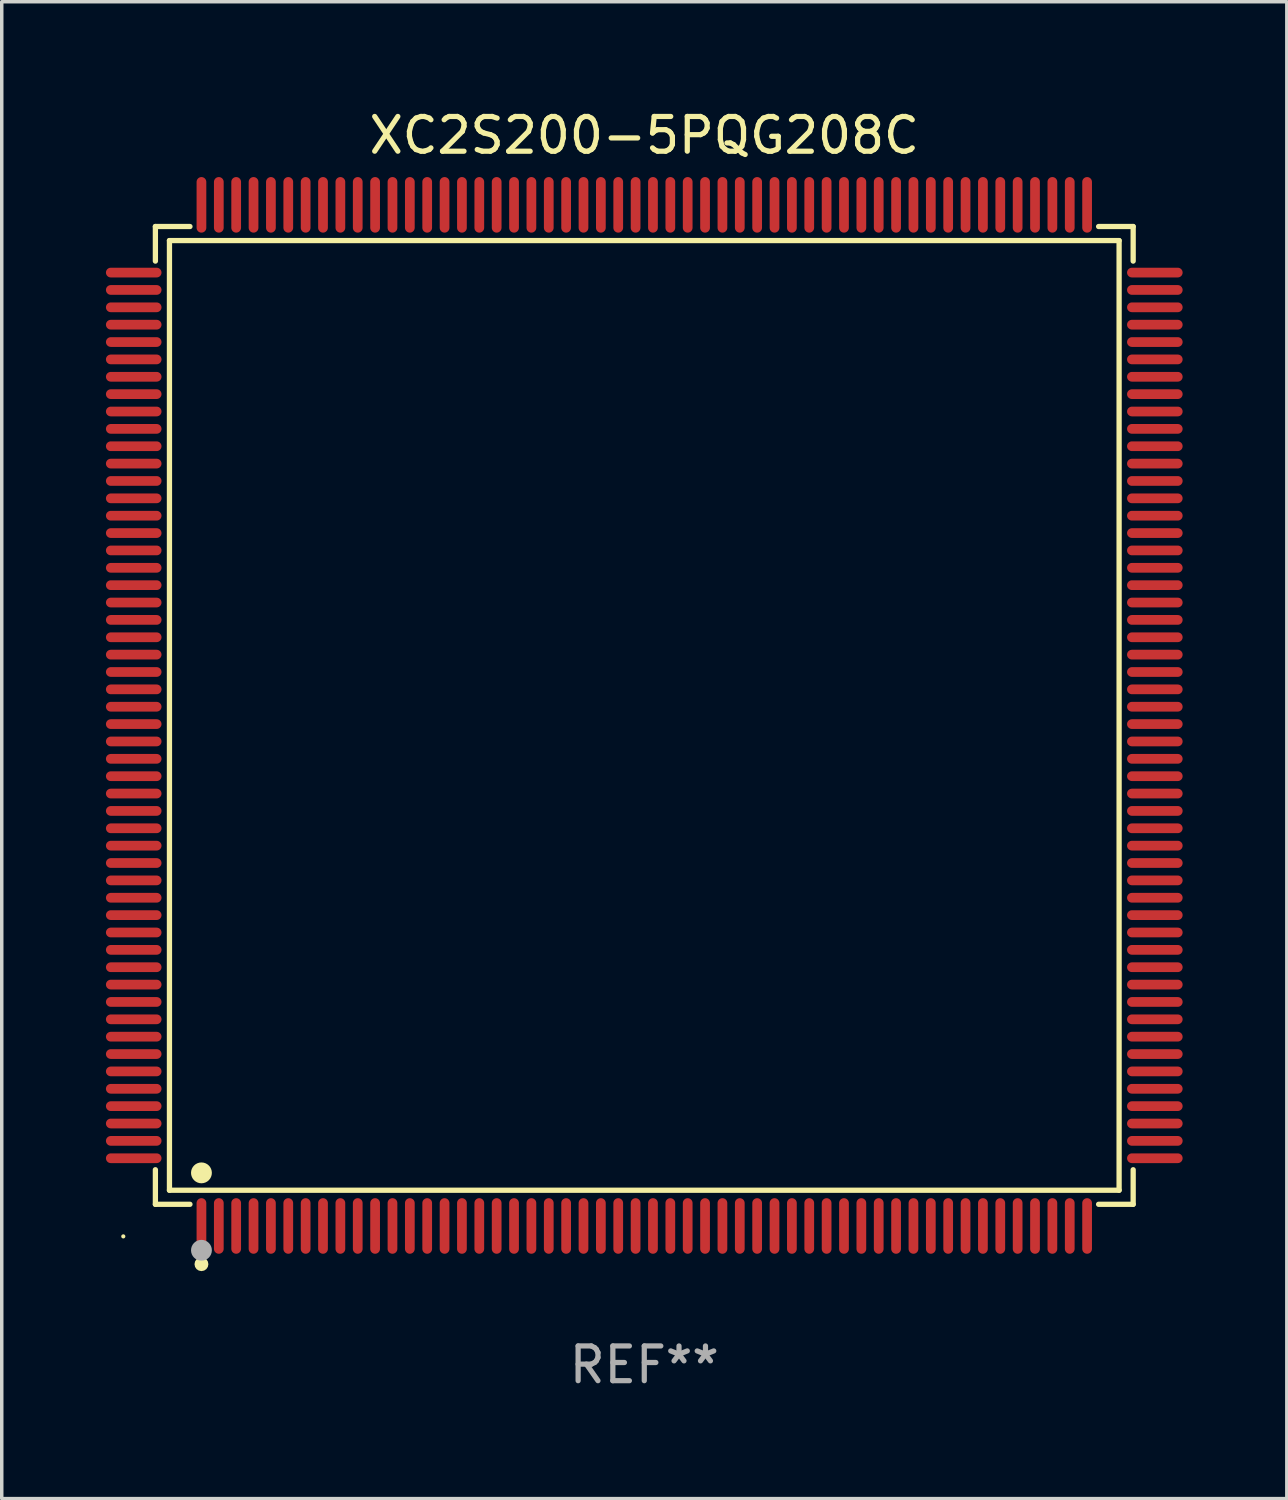
<source format=kicad_pcb>
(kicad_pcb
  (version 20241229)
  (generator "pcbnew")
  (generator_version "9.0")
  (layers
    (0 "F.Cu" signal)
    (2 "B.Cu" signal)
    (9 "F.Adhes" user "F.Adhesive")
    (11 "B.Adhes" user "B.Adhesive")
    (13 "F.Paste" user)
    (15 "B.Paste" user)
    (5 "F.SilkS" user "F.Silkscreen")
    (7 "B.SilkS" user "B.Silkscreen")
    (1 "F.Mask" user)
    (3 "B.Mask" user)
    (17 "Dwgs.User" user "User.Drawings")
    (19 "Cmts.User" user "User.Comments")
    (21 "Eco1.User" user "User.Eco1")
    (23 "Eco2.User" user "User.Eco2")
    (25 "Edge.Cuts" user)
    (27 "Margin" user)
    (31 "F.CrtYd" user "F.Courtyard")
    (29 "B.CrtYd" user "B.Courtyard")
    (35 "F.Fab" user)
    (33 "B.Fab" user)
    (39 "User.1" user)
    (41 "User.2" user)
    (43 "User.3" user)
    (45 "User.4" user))
  (footprint "XC2S200-5PQG208C"
    (layer "F.Cu")
    (at 15.5 17.548)
    (property "Reference" "XC2S200-5PQG208C" (at 0 -16.7 0) (layer "F.SilkS") (effects (font (size 1 1) (thickness 0.15))))
    (attr through_hole)
    (fp_line (start -14.076 -14.076) (end -13.081 -14.076) (stroke (width 0.152) (type solid)) (layer "F.SilkS"))
    (fp_line (start -14.076 -13.081) (end -14.076 -14.076) (stroke (width 0.152) (type solid)) (layer "F.SilkS"))
    (fp_line (start -14.076 13.081) (end -14.076 14.076) (stroke (width 0.152) (type solid)) (layer "F.SilkS"))
    (fp_line (start -14.076 14.076) (end -13.081 14.076) (stroke (width 0.152) (type solid)) (layer "F.SilkS"))
    (fp_line (start -13.671 -13.671) (end 13.671 -13.671) (stroke (width 0.152) (type solid)) (layer "F.SilkS"))
    (fp_line (start -13.671 13.671) (end -13.671 -13.671) (stroke (width 0.152) (type solid)) (layer "F.SilkS"))
    (fp_line (start 13.671 -13.671) (end 13.671 13.671) (stroke (width 0.152) (type solid)) (layer "F.SilkS"))
    (fp_line (start 13.671 13.671) (end -13.671 13.671) (stroke (width 0.152) (type solid)) (layer "F.SilkS"))
    (fp_line (start 14.076 -14.076) (end 13.081 -14.076) (stroke (width 0.152) (type solid)) (layer "F.SilkS"))
    (fp_line (start 14.076 -13.081) (end 14.076 -14.076) (stroke (width 0.152) (type solid)) (layer "F.SilkS"))
    (fp_line (start 14.076 13.081) (end 14.076 14.076) (stroke (width 0.152) (type solid)) (layer "F.SilkS"))
    (fp_line (start 14.076 14.076) (end 13.081 14.076) (stroke (width 0.152) (type solid)) (layer "F.SilkS"))
    (fp_circle (center -15 15) (end -14.97 15) (stroke (width 0.06) (type solid)) (fill no) (layer "F.SilkS"))
    (fp_circle (center -12.75 13.171) (end -12.6 13.171) (stroke (width 0.3) (type solid)) (fill no) (layer "F.SilkS"))
    (fp_circle (center -12.75 15.8) (end -12.65 15.8) (stroke (width 0.2) (type solid)) (fill no) (layer "F.SilkS"))
    (fp_circle (center -12.75 15.4) (end -12.6 15.4) (stroke (width 0.3) (type solid)) (fill no) (layer "F.Fab"))
    (fp_text user "REF**" (at 0 18.7 0) (layer "F.Fab") (effects (font (size 1 1) (thickness 0.15))))
    (pad "1" smd oval (at -12.75 14.7) (size 0.28 1.6) (layers "F.Cu" "F.Mask" "F.Paste"))
    (pad "2" smd oval (at -12.25 14.7) (size 0.28 1.6) (layers "F.Cu" "F.Mask" "F.Paste"))
    (pad "3" smd oval (at -11.75 14.7) (size 0.28 1.6) (layers "F.Cu" "F.Mask" "F.Paste"))
    (pad "4" smd oval (at -11.25 14.7) (size 0.28 1.6) (layers "F.Cu" "F.Mask" "F.Paste"))
    (pad "5" smd oval (at -10.75 14.7) (size 0.28 1.6) (layers "F.Cu" "F.Mask" "F.Paste"))
    (pad "6" smd oval (at -10.25 14.7) (size 0.28 1.6) (layers "F.Cu" "F.Mask" "F.Paste"))
    (pad "7" smd oval (at -9.75 14.7) (size 0.28 1.6) (layers "F.Cu" "F.Mask" "F.Paste"))
    (pad "8" smd oval (at -9.25 14.7) (size 0.28 1.6) (layers "F.Cu" "F.Mask" "F.Paste"))
    (pad "9" smd oval (at -8.75 14.7) (size 0.28 1.6) (layers "F.Cu" "F.Mask" "F.Paste"))
    (pad "10" smd oval (at -8.25 14.7) (size 0.28 1.6) (layers "F.Cu" "F.Mask" "F.Paste"))
    (pad "11" smd oval (at -7.75 14.7) (size 0.28 1.6) (layers "F.Cu" "F.Mask" "F.Paste"))
    (pad "12" smd oval (at -7.25 14.7) (size 0.28 1.6) (layers "F.Cu" "F.Mask" "F.Paste"))
    (pad "13" smd oval (at -6.75 14.7) (size 0.28 1.6) (layers "F.Cu" "F.Mask" "F.Paste"))
    (pad "14" smd oval (at -6.25 14.7) (size 0.28 1.6) (layers "F.Cu" "F.Mask" "F.Paste"))
    (pad "15" smd oval (at -5.75 14.7) (size 0.28 1.6) (layers "F.Cu" "F.Mask" "F.Paste"))
    (pad "16" smd oval (at -5.25 14.7) (size 0.28 1.6) (layers "F.Cu" "F.Mask" "F.Paste"))
    (pad "17" smd oval (at -4.75 14.7) (size 0.28 1.6) (layers "F.Cu" "F.Mask" "F.Paste"))
    (pad "18" smd oval (at -4.25 14.7) (size 0.28 1.6) (layers "F.Cu" "F.Mask" "F.Paste"))
    (pad "19" smd oval (at -3.75 14.7) (size 0.28 1.6) (layers "F.Cu" "F.Mask" "F.Paste"))
    (pad "20" smd oval (at -3.25 14.7) (size 0.28 1.6) (layers "F.Cu" "F.Mask" "F.Paste"))
    (pad "21" smd oval (at -2.75 14.7) (size 0.28 1.6) (layers "F.Cu" "F.Mask" "F.Paste"))
    (pad "22" smd oval (at -2.25 14.7) (size 0.28 1.6) (layers "F.Cu" "F.Mask" "F.Paste"))
    (pad "23" smd oval (at -1.75 14.7) (size 0.28 1.6) (layers "F.Cu" "F.Mask" "F.Paste"))
    (pad "24" smd oval (at -1.25 14.7) (size 0.28 1.6) (layers "F.Cu" "F.Mask" "F.Paste"))
    (pad "25" smd oval (at -0.75 14.7) (size 0.28 1.6) (layers "F.Cu" "F.Mask" "F.Paste"))
    (pad "26" smd oval (at -0.25 14.7) (size 0.28 1.6) (layers "F.Cu" "F.Mask" "F.Paste"))
    (pad "27" smd oval (at 0.25 14.7) (size 0.28 1.6) (layers "F.Cu" "F.Mask" "F.Paste"))
    (pad "28" smd oval (at 0.75 14.7) (size 0.28 1.6) (layers "F.Cu" "F.Mask" "F.Paste"))
    (pad "29" smd oval (at 1.25 14.7) (size 0.28 1.6) (layers "F.Cu" "F.Mask" "F.Paste"))
    (pad "30" smd oval (at 1.75 14.7) (size 0.28 1.6) (layers "F.Cu" "F.Mask" "F.Paste"))
    (pad "31" smd oval (at 2.25 14.7) (size 0.28 1.6) (layers "F.Cu" "F.Mask" "F.Paste"))
    (pad "32" smd oval (at 2.75 14.7) (size 0.28 1.6) (layers "F.Cu" "F.Mask" "F.Paste"))
    (pad "33" smd oval (at 3.25 14.7) (size 0.28 1.6) (layers "F.Cu" "F.Mask" "F.Paste"))
    (pad "34" smd oval (at 3.75 14.7) (size 0.28 1.6) (layers "F.Cu" "F.Mask" "F.Paste"))
    (pad "35" smd oval (at 4.25 14.7) (size 0.28 1.6) (layers "F.Cu" "F.Mask" "F.Paste"))
    (pad "36" smd oval (at 4.75 14.7) (size 0.28 1.6) (layers "F.Cu" "F.Mask" "F.Paste"))
    (pad "37" smd oval (at 5.25 14.7) (size 0.28 1.6) (layers "F.Cu" "F.Mask" "F.Paste"))
    (pad "38" smd oval (at 5.75 14.7) (size 0.28 1.6) (layers "F.Cu" "F.Mask" "F.Paste"))
    (pad "39" smd oval (at 6.25 14.7) (size 0.28 1.6) (layers "F.Cu" "F.Mask" "F.Paste"))
    (pad "40" smd oval (at 6.75 14.7) (size 0.28 1.6) (layers "F.Cu" "F.Mask" "F.Paste"))
    (pad "41" smd oval (at 7.25 14.7) (size 0.28 1.6) (layers "F.Cu" "F.Mask" "F.Paste"))
    (pad "42" smd oval (at 7.75 14.7) (size 0.28 1.6) (layers "F.Cu" "F.Mask" "F.Paste"))
    (pad "43" smd oval (at 8.25 14.7) (size 0.28 1.6) (layers "F.Cu" "F.Mask" "F.Paste"))
    (pad "44" smd oval (at 8.75 14.7) (size 0.28 1.6) (layers "F.Cu" "F.Mask" "F.Paste"))
    (pad "45" smd oval (at 9.25 14.7) (size 0.28 1.6) (layers "F.Cu" "F.Mask" "F.Paste"))
    (pad "46" smd oval (at 9.75 14.7) (size 0.28 1.6) (layers "F.Cu" "F.Mask" "F.Paste"))
    (pad "47" smd oval (at 10.25 14.7) (size 0.28 1.6) (layers "F.Cu" "F.Mask" "F.Paste"))
    (pad "48" smd oval (at 10.75 14.7) (size 0.28 1.6) (layers "F.Cu" "F.Mask" "F.Paste"))
    (pad "49" smd oval (at 11.25 14.7) (size 0.28 1.6) (layers "F.Cu" "F.Mask" "F.Paste"))
    (pad "50" smd oval (at 11.75 14.7) (size 0.28 1.6) (layers "F.Cu" "F.Mask" "F.Paste"))
    (pad "51" smd oval (at 12.25 14.7) (size 0.28 1.6) (layers "F.Cu" "F.Mask" "F.Paste"))
    (pad "52" smd oval (at 12.75 14.7) (size 0.28 1.6) (layers "F.Cu" "F.Mask" "F.Paste"))
    (pad "53" smd oval (at 14.7 12.75) (size 1.6 0.28) (layers "F.Cu" "F.Mask" "F.Paste"))
    (pad "54" smd oval (at 14.7 12.25) (size 1.6 0.28) (layers "F.Cu" "F.Mask" "F.Paste"))
    (pad "55" smd oval (at 14.7 11.75) (size 1.6 0.28) (layers "F.Cu" "F.Mask" "F.Paste"))
    (pad "56" smd oval (at 14.7 11.25) (size 1.6 0.28) (layers "F.Cu" "F.Mask" "F.Paste"))
    (pad "57" smd oval (at 14.7 10.75) (size 1.6 0.28) (layers "F.Cu" "F.Mask" "F.Paste"))
    (pad "58" smd oval (at 14.7 10.25) (size 1.6 0.28) (layers "F.Cu" "F.Mask" "F.Paste"))
    (pad "59" smd oval (at 14.7 9.75) (size 1.6 0.28) (layers "F.Cu" "F.Mask" "F.Paste"))
    (pad "60" smd oval (at 14.7 9.25) (size 1.6 0.28) (layers "F.Cu" "F.Mask" "F.Paste"))
    (pad "61" smd oval (at 14.7 8.75) (size 1.6 0.28) (layers "F.Cu" "F.Mask" "F.Paste"))
    (pad "62" smd oval (at 14.7 8.25) (size 1.6 0.28) (layers "F.Cu" "F.Mask" "F.Paste"))
    (pad "63" smd oval (at 14.7 7.75) (size 1.6 0.28) (layers "F.Cu" "F.Mask" "F.Paste"))
    (pad "64" smd oval (at 14.7 7.25) (size 1.6 0.28) (layers "F.Cu" "F.Mask" "F.Paste"))
    (pad "65" smd oval (at 14.7 6.75) (size 1.6 0.28) (layers "F.Cu" "F.Mask" "F.Paste"))
    (pad "66" smd oval (at 14.7 6.25) (size 1.6 0.28) (layers "F.Cu" "F.Mask" "F.Paste"))
    (pad "67" smd oval (at 14.7 5.75) (size 1.6 0.28) (layers "F.Cu" "F.Mask" "F.Paste"))
    (pad "68" smd oval (at 14.7 5.25) (size 1.6 0.28) (layers "F.Cu" "F.Mask" "F.Paste"))
    (pad "69" smd oval (at 14.7 4.75) (size 1.6 0.28) (layers "F.Cu" "F.Mask" "F.Paste"))
    (pad "70" smd oval (at 14.7 4.25) (size 1.6 0.28) (layers "F.Cu" "F.Mask" "F.Paste"))
    (pad "71" smd oval (at 14.7 3.75) (size 1.6 0.28) (layers "F.Cu" "F.Mask" "F.Paste"))
    (pad "72" smd oval (at 14.7 3.25) (size 1.6 0.28) (layers "F.Cu" "F.Mask" "F.Paste"))
    (pad "73" smd oval (at 14.7 2.75) (size 1.6 0.28) (layers "F.Cu" "F.Mask" "F.Paste"))
    (pad "74" smd oval (at 14.7 2.25) (size 1.6 0.28) (layers "F.Cu" "F.Mask" "F.Paste"))
    (pad "75" smd oval (at 14.7 1.75) (size 1.6 0.28) (layers "F.Cu" "F.Mask" "F.Paste"))
    (pad "76" smd oval (at 14.7 1.25) (size 1.6 0.28) (layers "F.Cu" "F.Mask" "F.Paste"))
    (pad "77" smd oval (at 14.7 0.75) (size 1.6 0.28) (layers "F.Cu" "F.Mask" "F.Paste"))
    (pad "78" smd oval (at 14.7 0.25) (size 1.6 0.28) (layers "F.Cu" "F.Mask" "F.Paste"))
    (pad "79" smd oval (at 14.7 -0.25) (size 1.6 0.28) (layers "F.Cu" "F.Mask" "F.Paste"))
    (pad "80" smd oval (at 14.7 -0.75) (size 1.6 0.28) (layers "F.Cu" "F.Mask" "F.Paste"))
    (pad "81" smd oval (at 14.7 -1.25) (size 1.6 0.28) (layers "F.Cu" "F.Mask" "F.Paste"))
    (pad "82" smd oval (at 14.7 -1.75) (size 1.6 0.28) (layers "F.Cu" "F.Mask" "F.Paste"))
    (pad "83" smd oval (at 14.7 -2.25) (size 1.6 0.28) (layers "F.Cu" "F.Mask" "F.Paste"))
    (pad "84" smd oval (at 14.7 -2.75) (size 1.6 0.28) (layers "F.Cu" "F.Mask" "F.Paste"))
    (pad "85" smd oval (at 14.7 -3.25) (size 1.6 0.28) (layers "F.Cu" "F.Mask" "F.Paste"))
    (pad "86" smd oval (at 14.7 -3.75) (size 1.6 0.28) (layers "F.Cu" "F.Mask" "F.Paste"))
    (pad "87" smd oval (at 14.7 -4.25) (size 1.6 0.28) (layers "F.Cu" "F.Mask" "F.Paste"))
    (pad "88" smd oval (at 14.7 -4.75) (size 1.6 0.28) (layers "F.Cu" "F.Mask" "F.Paste"))
    (pad "89" smd oval (at 14.7 -5.25) (size 1.6 0.28) (layers "F.Cu" "F.Mask" "F.Paste"))
    (pad "90" smd oval (at 14.7 -5.75) (size 1.6 0.28) (layers "F.Cu" "F.Mask" "F.Paste"))
    (pad "91" smd oval (at 14.7 -6.25) (size 1.6 0.28) (layers "F.Cu" "F.Mask" "F.Paste"))
    (pad "92" smd oval (at 14.7 -6.75) (size 1.6 0.28) (layers "F.Cu" "F.Mask" "F.Paste"))
    (pad "93" smd oval (at 14.7 -7.25) (size 1.6 0.28) (layers "F.Cu" "F.Mask" "F.Paste"))
    (pad "94" smd oval (at 14.7 -7.75) (size 1.6 0.28) (layers "F.Cu" "F.Mask" "F.Paste"))
    (pad "95" smd oval (at 14.7 -8.25) (size 1.6 0.28) (layers "F.Cu" "F.Mask" "F.Paste"))
    (pad "96" smd oval (at 14.7 -8.75) (size 1.6 0.28) (layers "F.Cu" "F.Mask" "F.Paste"))
    (pad "97" smd oval (at 14.7 -9.25) (size 1.6 0.28) (layers "F.Cu" "F.Mask" "F.Paste"))
    (pad "98" smd oval (at 14.7 -9.75) (size 1.6 0.28) (layers "F.Cu" "F.Mask" "F.Paste"))
    (pad "99" smd oval (at 14.7 -10.25) (size 1.6 0.28) (layers "F.Cu" "F.Mask" "F.Paste"))
    (pad "100" smd oval (at 14.7 -10.75) (size 1.6 0.28) (layers "F.Cu" "F.Mask" "F.Paste"))
    (pad "101" smd oval (at 14.7 -11.25) (size 1.6 0.28) (layers "F.Cu" "F.Mask" "F.Paste"))
    (pad "102" smd oval (at 14.7 -11.75) (size 1.6 0.28) (layers "F.Cu" "F.Mask" "F.Paste"))
    (pad "103" smd oval (at 14.7 -12.25) (size 1.6 0.28) (layers "F.Cu" "F.Mask" "F.Paste"))
    (pad "104" smd oval (at 14.7 -12.75) (size 1.6 0.28) (layers "F.Cu" "F.Mask" "F.Paste"))
    (pad "105" smd oval (at 12.75 -14.7) (size 0.28 1.6) (layers "F.Cu" "F.Mask" "F.Paste"))
    (pad "106" smd oval (at 12.25 -14.7) (size 0.28 1.6) (layers "F.Cu" "F.Mask" "F.Paste"))
    (pad "107" smd oval (at 11.75 -14.7) (size 0.28 1.6) (layers "F.Cu" "F.Mask" "F.Paste"))
    (pad "108" smd oval (at 11.25 -14.7) (size 0.28 1.6) (layers "F.Cu" "F.Mask" "F.Paste"))
    (pad "109" smd oval (at 10.75 -14.7) (size 0.28 1.6) (layers "F.Cu" "F.Mask" "F.Paste"))
    (pad "110" smd oval (at 10.25 -14.7) (size 0.28 1.6) (layers "F.Cu" "F.Mask" "F.Paste"))
    (pad "111" smd oval (at 9.75 -14.7) (size 0.28 1.6) (layers "F.Cu" "F.Mask" "F.Paste"))
    (pad "112" smd oval (at 9.25 -14.7) (size 0.28 1.6) (layers "F.Cu" "F.Mask" "F.Paste"))
    (pad "113" smd oval (at 8.75 -14.7) (size 0.28 1.6) (layers "F.Cu" "F.Mask" "F.Paste"))
    (pad "114" smd oval (at 8.25 -14.7) (size 0.28 1.6) (layers "F.Cu" "F.Mask" "F.Paste"))
    (pad "115" smd oval (at 7.75 -14.7) (size 0.28 1.6) (layers "F.Cu" "F.Mask" "F.Paste"))
    (pad "116" smd oval (at 7.25 -14.7) (size 0.28 1.6) (layers "F.Cu" "F.Mask" "F.Paste"))
    (pad "117" smd oval (at 6.75 -14.7) (size 0.28 1.6) (layers "F.Cu" "F.Mask" "F.Paste"))
    (pad "118" smd oval (at 6.25 -14.7) (size 0.28 1.6) (layers "F.Cu" "F.Mask" "F.Paste"))
    (pad "119" smd oval (at 5.75 -14.7) (size 0.28 1.6) (layers "F.Cu" "F.Mask" "F.Paste"))
    (pad "120" smd oval (at 5.25 -14.7) (size 0.28 1.6) (layers "F.Cu" "F.Mask" "F.Paste"))
    (pad "121" smd oval (at 4.75 -14.7) (size 0.28 1.6) (layers "F.Cu" "F.Mask" "F.Paste"))
    (pad "122" smd oval (at 4.25 -14.7) (size 0.28 1.6) (layers "F.Cu" "F.Mask" "F.Paste"))
    (pad "123" smd oval (at 3.75 -14.7) (size 0.28 1.6) (layers "F.Cu" "F.Mask" "F.Paste"))
    (pad "124" smd oval (at 3.25 -14.7) (size 0.28 1.6) (layers "F.Cu" "F.Mask" "F.Paste"))
    (pad "125" smd oval (at 2.75 -14.7) (size 0.28 1.6) (layers "F.Cu" "F.Mask" "F.Paste"))
    (pad "126" smd oval (at 2.25 -14.7) (size 0.28 1.6) (layers "F.Cu" "F.Mask" "F.Paste"))
    (pad "127" smd oval (at 1.75 -14.7) (size 0.28 1.6) (layers "F.Cu" "F.Mask" "F.Paste"))
    (pad "128" smd oval (at 1.25 -14.7) (size 0.28 1.6) (layers "F.Cu" "F.Mask" "F.Paste"))
    (pad "129" smd oval (at 0.75 -14.7) (size 0.28 1.6) (layers "F.Cu" "F.Mask" "F.Paste"))
    (pad "130" smd oval (at 0.25 -14.7) (size 0.28 1.6) (layers "F.Cu" "F.Mask" "F.Paste"))
    (pad "131" smd oval (at -0.25 -14.7) (size 0.28 1.6) (layers "F.Cu" "F.Mask" "F.Paste"))
    (pad "132" smd oval (at -0.75 -14.7) (size 0.28 1.6) (layers "F.Cu" "F.Mask" "F.Paste"))
    (pad "133" smd oval (at -1.25 -14.7) (size 0.28 1.6) (layers "F.Cu" "F.Mask" "F.Paste"))
    (pad "134" smd oval (at -1.75 -14.7) (size 0.28 1.6) (layers "F.Cu" "F.Mask" "F.Paste"))
    (pad "135" smd oval (at -2.25 -14.7) (size 0.28 1.6) (layers "F.Cu" "F.Mask" "F.Paste"))
    (pad "136" smd oval (at -2.75 -14.7) (size 0.28 1.6) (layers "F.Cu" "F.Mask" "F.Paste"))
    (pad "137" smd oval (at -3.25 -14.7) (size 0.28 1.6) (layers "F.Cu" "F.Mask" "F.Paste"))
    (pad "138" smd oval (at -3.75 -14.7) (size 0.28 1.6) (layers "F.Cu" "F.Mask" "F.Paste"))
    (pad "139" smd oval (at -4.25 -14.7) (size 0.28 1.6) (layers "F.Cu" "F.Mask" "F.Paste"))
    (pad "140" smd oval (at -4.75 -14.7) (size 0.28 1.6) (layers "F.Cu" "F.Mask" "F.Paste"))
    (pad "141" smd oval (at -5.25 -14.7) (size 0.28 1.6) (layers "F.Cu" "F.Mask" "F.Paste"))
    (pad "142" smd oval (at -5.75 -14.7) (size 0.28 1.6) (layers "F.Cu" "F.Mask" "F.Paste"))
    (pad "143" smd oval (at -6.25 -14.7) (size 0.28 1.6) (layers "F.Cu" "F.Mask" "F.Paste"))
    (pad "144" smd oval (at -6.75 -14.7) (size 0.28 1.6) (layers "F.Cu" "F.Mask" "F.Paste"))
    (pad "145" smd oval (at -7.25 -14.7) (size 0.28 1.6) (layers "F.Cu" "F.Mask" "F.Paste"))
    (pad "146" smd oval (at -7.75 -14.7) (size 0.28 1.6) (layers "F.Cu" "F.Mask" "F.Paste"))
    (pad "147" smd oval (at -8.25 -14.7) (size 0.28 1.6) (layers "F.Cu" "F.Mask" "F.Paste"))
    (pad "148" smd oval (at -8.75 -14.7) (size 0.28 1.6) (layers "F.Cu" "F.Mask" "F.Paste"))
    (pad "149" smd oval (at -9.25 -14.7) (size 0.28 1.6) (layers "F.Cu" "F.Mask" "F.Paste"))
    (pad "150" smd oval (at -9.75 -14.7) (size 0.28 1.6) (layers "F.Cu" "F.Mask" "F.Paste"))
    (pad "151" smd oval (at -10.25 -14.7) (size 0.28 1.6) (layers "F.Cu" "F.Mask" "F.Paste"))
    (pad "152" smd oval (at -10.75 -14.7) (size 0.28 1.6) (layers "F.Cu" "F.Mask" "F.Paste"))
    (pad "153" smd oval (at -11.25 -14.7) (size 0.28 1.6) (layers "F.Cu" "F.Mask" "F.Paste"))
    (pad "154" smd oval (at -11.75 -14.7) (size 0.28 1.6) (layers "F.Cu" "F.Mask" "F.Paste"))
    (pad "155" smd oval (at -12.25 -14.7) (size 0.28 1.6) (layers "F.Cu" "F.Mask" "F.Paste"))
    (pad "156" smd oval (at -12.75 -14.7) (size 0.28 1.6) (layers "F.Cu" "F.Mask" "F.Paste"))
    (pad "157" smd oval (at -14.7 -12.75) (size 1.6 0.28) (layers "F.Cu" "F.Mask" "F.Paste"))
    (pad "158" smd oval (at -14.7 -12.25) (size 1.6 0.28) (layers "F.Cu" "F.Mask" "F.Paste"))
    (pad "159" smd oval (at -14.7 -11.75) (size 1.6 0.28) (layers "F.Cu" "F.Mask" "F.Paste"))
    (pad "160" smd oval (at -14.7 -11.25) (size 1.6 0.28) (layers "F.Cu" "F.Mask" "F.Paste"))
    (pad "161" smd oval (at -14.7 -10.75) (size 1.6 0.28) (layers "F.Cu" "F.Mask" "F.Paste"))
    (pad "162" smd oval (at -14.7 -10.25) (size 1.6 0.28) (layers "F.Cu" "F.Mask" "F.Paste"))
    (pad "163" smd oval (at -14.7 -9.75) (size 1.6 0.28) (layers "F.Cu" "F.Mask" "F.Paste"))
    (pad "164" smd oval (at -14.7 -9.25) (size 1.6 0.28) (layers "F.Cu" "F.Mask" "F.Paste"))
    (pad "165" smd oval (at -14.7 -8.75) (size 1.6 0.28) (layers "F.Cu" "F.Mask" "F.Paste"))
    (pad "166" smd oval (at -14.7 -8.25) (size 1.6 0.28) (layers "F.Cu" "F.Mask" "F.Paste"))
    (pad "167" smd oval (at -14.7 -7.75) (size 1.6 0.28) (layers "F.Cu" "F.Mask" "F.Paste"))
    (pad "168" smd oval (at -14.7 -7.25) (size 1.6 0.28) (layers "F.Cu" "F.Mask" "F.Paste"))
    (pad "169" smd oval (at -14.7 -6.75) (size 1.6 0.28) (layers "F.Cu" "F.Mask" "F.Paste"))
    (pad "170" smd oval (at -14.7 -6.25) (size 1.6 0.28) (layers "F.Cu" "F.Mask" "F.Paste"))
    (pad "171" smd oval (at -14.7 -5.75) (size 1.6 0.28) (layers "F.Cu" "F.Mask" "F.Paste"))
    (pad "172" smd oval (at -14.7 -5.25) (size 1.6 0.28) (layers "F.Cu" "F.Mask" "F.Paste"))
    (pad "173" smd oval (at -14.7 -4.75) (size 1.6 0.28) (layers "F.Cu" "F.Mask" "F.Paste"))
    (pad "174" smd oval (at -14.7 -4.25) (size 1.6 0.28) (layers "F.Cu" "F.Mask" "F.Paste"))
    (pad "175" smd oval (at -14.7 -3.75) (size 1.6 0.28) (layers "F.Cu" "F.Mask" "F.Paste"))
    (pad "176" smd oval (at -14.7 -3.25) (size 1.6 0.28) (layers "F.Cu" "F.Mask" "F.Paste"))
    (pad "177" smd oval (at -14.7 -2.75) (size 1.6 0.28) (layers "F.Cu" "F.Mask" "F.Paste"))
    (pad "178" smd oval (at -14.7 -2.25) (size 1.6 0.28) (layers "F.Cu" "F.Mask" "F.Paste"))
    (pad "179" smd oval (at -14.7 -1.75) (size 1.6 0.28) (layers "F.Cu" "F.Mask" "F.Paste"))
    (pad "180" smd oval (at -14.7 -1.25) (size 1.6 0.28) (layers "F.Cu" "F.Mask" "F.Paste"))
    (pad "181" smd oval (at -14.7 -0.75) (size 1.6 0.28) (layers "F.Cu" "F.Mask" "F.Paste"))
    (pad "182" smd oval (at -14.7 -0.25) (size 1.6 0.28) (layers "F.Cu" "F.Mask" "F.Paste"))
    (pad "183" smd oval (at -14.7 0.25) (size 1.6 0.28) (layers "F.Cu" "F.Mask" "F.Paste"))
    (pad "184" smd oval (at -14.7 0.75) (size 1.6 0.28) (layers "F.Cu" "F.Mask" "F.Paste"))
    (pad "185" smd oval (at -14.7 1.25) (size 1.6 0.28) (layers "F.Cu" "F.Mask" "F.Paste"))
    (pad "186" smd oval (at -14.7 1.75) (size 1.6 0.28) (layers "F.Cu" "F.Mask" "F.Paste"))
    (pad "187" smd oval (at -14.7 2.25) (size 1.6 0.28) (layers "F.Cu" "F.Mask" "F.Paste"))
    (pad "188" smd oval (at -14.7 2.75) (size 1.6 0.28) (layers "F.Cu" "F.Mask" "F.Paste"))
    (pad "189" smd oval (at -14.7 3.25) (size 1.6 0.28) (layers "F.Cu" "F.Mask" "F.Paste"))
    (pad "190" smd oval (at -14.7 3.75) (size 1.6 0.28) (layers "F.Cu" "F.Mask" "F.Paste"))
    (pad "191" smd oval (at -14.7 4.25) (size 1.6 0.28) (layers "F.Cu" "F.Mask" "F.Paste"))
    (pad "192" smd oval (at -14.7 4.75) (size 1.6 0.28) (layers "F.Cu" "F.Mask" "F.Paste"))
    (pad "193" smd oval (at -14.7 5.25) (size 1.6 0.28) (layers "F.Cu" "F.Mask" "F.Paste"))
    (pad "194" smd oval (at -14.7 5.75) (size 1.6 0.28) (layers "F.Cu" "F.Mask" "F.Paste"))
    (pad "195" smd oval (at -14.7 6.25) (size 1.6 0.28) (layers "F.Cu" "F.Mask" "F.Paste"))
    (pad "196" smd oval (at -14.7 6.75) (size 1.6 0.28) (layers "F.Cu" "F.Mask" "F.Paste"))
    (pad "197" smd oval (at -14.7 7.25) (size 1.6 0.28) (layers "F.Cu" "F.Mask" "F.Paste"))
    (pad "198" smd oval (at -14.7 7.75) (size 1.6 0.28) (layers "F.Cu" "F.Mask" "F.Paste"))
    (pad "199" smd oval (at -14.7 8.25) (size 1.6 0.28) (layers "F.Cu" "F.Mask" "F.Paste"))
    (pad "200" smd oval (at -14.7 8.75) (size 1.6 0.28) (layers "F.Cu" "F.Mask" "F.Paste"))
    (pad "201" smd oval (at -14.7 9.25) (size 1.6 0.28) (layers "F.Cu" "F.Mask" "F.Paste"))
    (pad "202" smd oval (at -14.7 9.75) (size 1.6 0.28) (layers "F.Cu" "F.Mask" "F.Paste"))
    (pad "203" smd oval (at -14.7 10.25) (size 1.6 0.28) (layers "F.Cu" "F.Mask" "F.Paste"))
    (pad "204" smd oval (at -14.7 10.75) (size 1.6 0.28) (layers "F.Cu" "F.Mask" "F.Paste"))
    (pad "205" smd oval (at -14.7 11.25) (size 1.6 0.28) (layers "F.Cu" "F.Mask" "F.Paste"))
    (pad "206" smd oval (at -14.7 11.75) (size 1.6 0.28) (layers "F.Cu" "F.Mask" "F.Paste"))
    (pad "207" smd oval (at -14.7 12.25) (size 1.6 0.28) (layers "F.Cu" "F.Mask" "F.Paste"))
    (pad "208" smd oval (at -14.7 12.75) (size 1.6 0.28) (layers "F.Cu" "F.Mask" "F.Paste")))
  (gr_rect
    (start -3 -3)
    (end 34 40.097)
    (stroke (width 0.1) (type default))
    (fill no)
    (layer "Edge.Cuts")))
</source>
